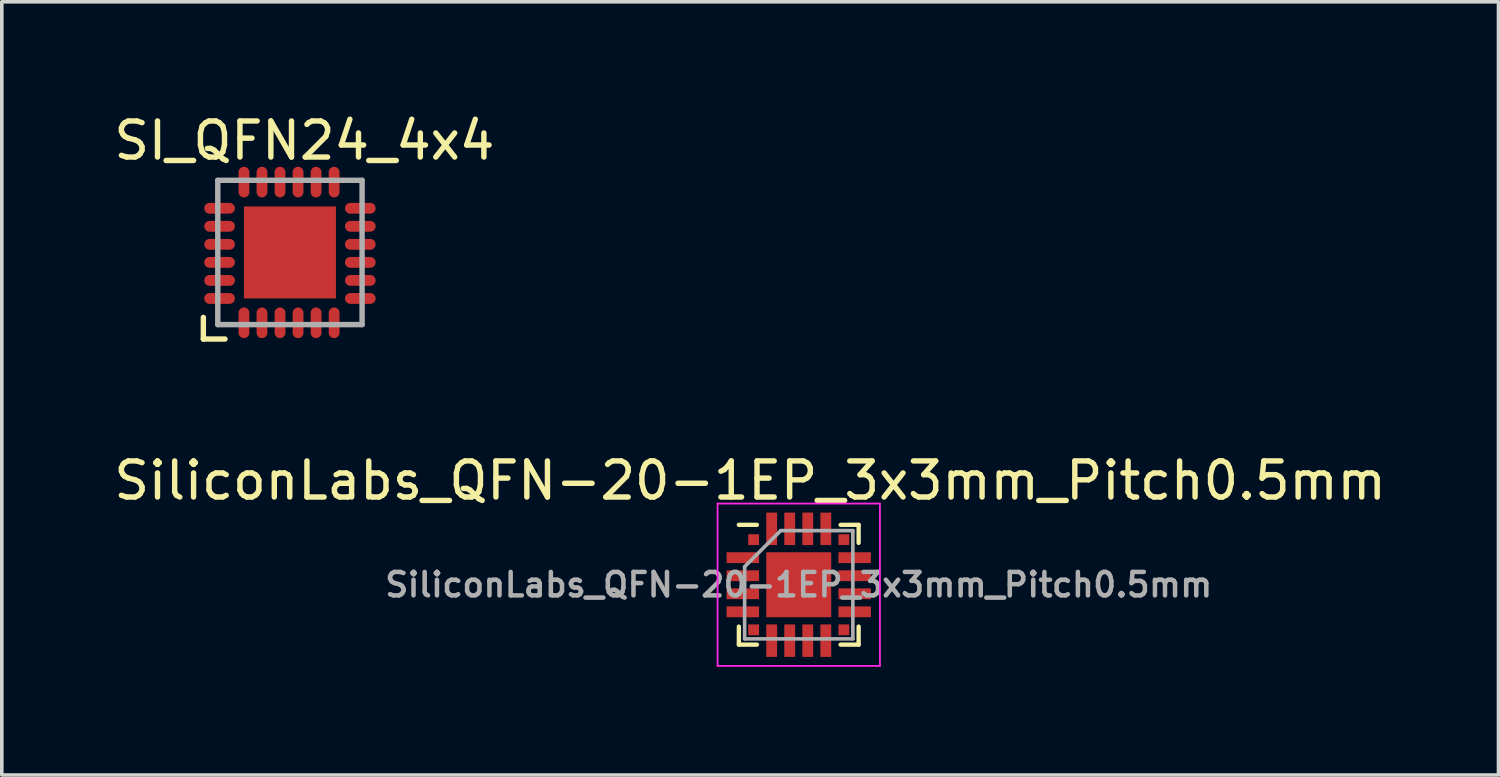
<source format=kicad_pcb>
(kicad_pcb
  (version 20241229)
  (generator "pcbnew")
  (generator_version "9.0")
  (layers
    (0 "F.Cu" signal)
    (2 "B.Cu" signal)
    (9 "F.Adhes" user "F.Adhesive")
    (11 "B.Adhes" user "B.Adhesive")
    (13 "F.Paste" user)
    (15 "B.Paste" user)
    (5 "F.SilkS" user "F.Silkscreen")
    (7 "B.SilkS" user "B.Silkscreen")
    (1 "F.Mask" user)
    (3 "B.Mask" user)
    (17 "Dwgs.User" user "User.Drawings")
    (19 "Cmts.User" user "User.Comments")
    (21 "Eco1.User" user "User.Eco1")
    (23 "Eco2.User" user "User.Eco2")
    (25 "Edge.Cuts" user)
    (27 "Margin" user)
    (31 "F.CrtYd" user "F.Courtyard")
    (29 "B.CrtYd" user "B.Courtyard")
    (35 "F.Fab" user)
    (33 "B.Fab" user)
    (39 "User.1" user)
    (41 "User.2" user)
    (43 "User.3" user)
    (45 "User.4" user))
  (footprint "SI_QFN24_4x4"
    (layer "F.Cu")
    (at 4.987 3.948)
    (property "Reference" "SI_QFN24_4x4" (at 0.4 -3.1 0) (layer "F.SilkS") (effects (font (size 1 1) (thickness 0.15))))
    (attr through_hole)
    (fp_line (start -2.4 1.8) (end -2.4 2.4) (stroke (width 0.15) (type solid)) (layer "F.SilkS"))
    (fp_line (start -1.8 2.4) (end -2.4 2.4) (stroke (width 0.15) (type solid)) (layer "F.SilkS"))
    (fp_line (start -2 -2) (end 2 -2) (stroke (width 0.15) (type solid)) (layer "F.Fab"))
    (fp_line (start -2 2) (end -2 -2) (stroke (width 0.15) (type solid)) (layer "F.Fab"))
    (fp_line (start 2 -2) (end 2 2) (stroke (width 0.15) (type solid)) (layer "F.Fab"))
    (fp_line (start 2 2) (end -2 2) (stroke (width 0.15) (type solid)) (layer "F.Fab"))
    (pad "1" smd oval (at -1.275 1.95) (size 0.3 0.85) (layers "F.Cu" "F.Mask" "F.Paste"))
    (pad "2" smd oval (at -0.775 1.95) (size 0.3 0.85) (layers "F.Cu" "F.Mask" "F.Paste"))
    (pad "3" smd oval (at -0.275 1.95) (size 0.3 0.85) (layers "F.Cu" "F.Mask" "F.Paste"))
    (pad "4" smd oval (at 0.225 1.95) (size 0.3 0.85) (layers "F.Cu" "F.Mask" "F.Paste"))
    (pad "5" smd oval (at 0.725 1.95) (size 0.3 0.85) (layers "F.Cu" "F.Mask" "F.Paste"))
    (pad "6" smd oval (at 1.225 1.95) (size 0.3 0.85) (layers "F.Cu" "F.Mask" "F.Paste"))
    (pad "7" smd oval (at 1.95 1.275 90) (size 0.3 0.85) (layers "F.Cu" "F.Mask" "F.Paste"))
    (pad "8" smd oval (at 1.95 0.775 90) (size 0.3 0.85) (layers "F.Cu" "F.Mask" "F.Paste"))
    (pad "9" smd oval (at 1.95 0.275 90) (size 0.3 0.85) (layers "F.Cu" "F.Mask" "F.Paste"))
    (pad "10" smd oval (at 1.95 -0.225 90) (size 0.3 0.85) (layers "F.Cu" "F.Mask" "F.Paste"))
    (pad "11" smd oval (at 1.95 -0.725 90) (size 0.3 0.85) (layers "F.Cu" "F.Mask" "F.Paste"))
    (pad "12" smd oval (at 1.95 -1.225 90) (size 0.3 0.85) (layers "F.Cu" "F.Mask" "F.Paste"))
    (pad "13" smd oval (at 1.225 -1.95) (size 0.3 0.85) (layers "F.Cu" "F.Mask" "F.Paste"))
    (pad "14" smd oval (at 0.725 -1.95) (size 0.3 0.85) (layers "F.Cu" "F.Mask" "F.Paste"))
    (pad "15" smd oval (at 0.225 -1.95) (size 0.3 0.85) (layers "F.Cu" "F.Mask" "F.Paste"))
    (pad "16" smd oval (at -0.275 -1.95) (size 0.3 0.85) (layers "F.Cu" "F.Mask" "F.Paste"))
    (pad "17" smd oval (at -0.775 -1.95) (size 0.3 0.85) (layers "F.Cu" "F.Mask" "F.Paste"))
    (pad "18" smd oval (at -1.275 -1.95) (size 0.3 0.85) (layers "F.Cu" "F.Mask" "F.Paste"))
    (pad "19" smd oval (at -1.95 -1.225 90) (size 0.3 0.85) (layers "F.Cu" "F.Mask" "F.Paste"))
    (pad "20" smd oval (at -1.95 -0.725 90) (size 0.3 0.85) (layers "F.Cu" "F.Mask" "F.Paste"))
    (pad "21" smd oval (at -1.95 -0.225 90) (size 0.3 0.85) (layers "F.Cu" "F.Mask" "F.Paste"))
    (pad "22" smd oval (at -1.95 0.275 90) (size 0.3 0.85) (layers "F.Cu" "F.Mask" "F.Paste"))
    (pad "23" smd oval (at -1.95 0.775 90) (size 0.3 0.85) (layers "F.Cu" "F.Mask" "F.Paste"))
    (pad "24" smd oval (at -1.95 1.275 90) (size 0.3 0.85) (layers "F.Cu" "F.Mask" "F.Paste"))
    (pad "25" smd rect (at 0 0 90) (size 2.55 2.55) (layers "F.Cu" "F.Mask" "F.Paste")))
  (footprint "SiliconLabs_QFN-20-1EP_3x3mm_Pitch0.5mm"
    (layer "F.Cu")
    (at 19.091 13.159)
    (property "Reference" "SiliconLabs_QFN-20-1EP_3x3mm_Pitch0.5mm" (at -1.347 -2.887 0) (layer "F.SilkS") (effects (font (size 1 1) (thickness 0.15))))
    (attr smd)
    (fp_line (start -1.66 -1.66) (end -1.16 -1.66) (stroke (width 0.12) (type solid)) (layer "F.SilkS"))
    (fp_line (start -1.66 1.66) (end -1.66 1.16) (stroke (width 0.12) (type solid)) (layer "F.SilkS"))
    (fp_line (start -1.16 1.66) (end -1.66 1.66) (stroke (width 0.12) (type solid)) (layer "F.SilkS"))
    (fp_line (start 1.16 -1.66) (end 1.66 -1.66) (stroke (width 0.12) (type solid)) (layer "F.SilkS"))
    (fp_line (start 1.16 1.66) (end 1.66 1.66) (stroke (width 0.12) (type solid)) (layer "F.SilkS"))
    (fp_line (start 1.66 -1.66) (end 1.66 -1.16) (stroke (width 0.12) (type solid)) (layer "F.SilkS"))
    (fp_line (start 1.66 1.66) (end 1.66 1.16) (stroke (width 0.12) (type solid)) (layer "F.SilkS"))
    (fp_line (start -2.25 -2.25) (end -2.25 2.25) (stroke (width 0.05) (type solid)) (layer "F.CrtYd"))
    (fp_line (start -2.25 2.25) (end 2.25 2.25) (stroke (width 0.05) (type solid)) (layer "F.CrtYd"))
    (fp_line (start 2.25 -2.25) (end -2.25 -2.25) (stroke (width 0.05) (type solid)) (layer "F.CrtYd"))
    (fp_line (start 2.25 2.25) (end 2.25 -2.25) (stroke (width 0.05) (type solid)) (layer "F.CrtYd"))
    (fp_line (start -1.5 -0.5) (end -0.5 -1.5) (stroke (width 0.1) (type solid)) (layer "F.Fab"))
    (fp_line (start -1.5 1.5) (end -1.5 -0.5) (stroke (width 0.1) (type solid)) (layer "F.Fab"))
    (fp_line (start -0.5 -1.5) (end 1.5 -1.5) (stroke (width 0.1) (type solid)) (layer "F.Fab"))
    (fp_line (start 1.5 -1.5) (end 1.5 1.5) (stroke (width 0.1) (type solid)) (layer "F.Fab"))
    (fp_line (start 1.5 1.5) (end -1.5 1.5) (stroke (width 0.1) (type solid)) (layer "F.Fab"))
    (fp_text user "${REFERENCE}" (at 0 0 0) (layer "F.Fab") (effects (font (size 0.65 0.65) (thickness 0.125))))
    (pad "" smd rect (at -0.45 -0.45) (size 0.54 0.54) (layers "F.Paste"))
    (pad "" smd rect (at -0.45 0.45) (size 0.54 0.54) (layers "F.Paste"))
    (pad "" smd rect (at 0.45 -0.45) (size 0.54 0.54) (layers "F.Paste"))
    (pad "" smd rect (at 0.45 0.45) (size 0.54 0.54) (layers "F.Paste"))
    (pad "1" smd rect (at -1.25 -1.25) (size 0.3 0.3) (layers "F.Cu" "F.Mask" "F.Paste"))
    (pad "2" smd rect (at -1.55 -0.75) (size 0.9 0.3) (layers "F.Cu" "F.Mask" "F.Paste"))
    (pad "3" smd rect (at -1.55 -0.25) (size 0.9 0.3) (layers "F.Cu" "F.Mask" "F.Paste"))
    (pad "4" smd rect (at -1.55 0.25) (size 0.9 0.3) (layers "F.Cu" "F.Mask" "F.Paste"))
    (pad "5" smd rect (at -1.55 0.75) (size 0.9 0.3) (layers "F.Cu" "F.Mask" "F.Paste"))
    (pad "6" smd rect (at -1.25 1.25) (size 0.3 0.3) (layers "F.Cu" "F.Mask" "F.Paste"))
    (pad "7" smd rect (at -0.75 1.55 90) (size 0.9 0.3) (layers "F.Cu" "F.Mask" "F.Paste"))
    (pad "8" smd rect (at -0.25 1.55 90) (size 0.9 0.3) (layers "F.Cu" "F.Mask" "F.Paste"))
    (pad "9" smd rect (at 0.25 1.55 90) (size 0.9 0.3) (layers "F.Cu" "F.Mask" "F.Paste"))
    (pad "10" smd rect (at 0.75 1.55 90) (size 0.9 0.3) (layers "F.Cu" "F.Mask" "F.Paste"))
    (pad "11" smd rect (at 1.25 1.25) (size 0.3 0.3) (layers "F.Cu" "F.Mask" "F.Paste"))
    (pad "12" smd rect (at 1.55 0.75) (size 0.9 0.3) (layers "F.Cu" "F.Mask" "F.Paste"))
    (pad "13" smd rect (at 1.55 0.25) (size 0.9 0.3) (layers "F.Cu" "F.Mask" "F.Paste"))
    (pad "14" smd rect (at 1.55 -0.25) (size 0.9 0.3) (layers "F.Cu" "F.Mask" "F.Paste"))
    (pad "15" smd rect (at 1.55 -0.75) (size 0.9 0.3) (layers "F.Cu" "F.Mask" "F.Paste"))
    (pad "16" smd rect (at 1.25 -1.25) (size 0.3 0.3) (layers "F.Cu" "F.Mask" "F.Paste"))
    (pad "17" smd rect (at 0.75 -1.55 90) (size 0.9 0.3) (layers "F.Cu" "F.Mask" "F.Paste"))
    (pad "18" smd rect (at 0.25 -1.55 90) (size 0.9 0.3) (layers "F.Cu" "F.Mask" "F.Paste"))
    (pad "19" smd rect (at -0.25 -1.55 90) (size 0.9 0.3) (layers "F.Cu" "F.Mask" "F.Paste"))
    (pad "20" smd rect (at -0.75 -1.55 90) (size 0.9 0.3) (layers "F.Cu" "F.Mask" "F.Paste"))
    (pad "21" smd rect (at 0 0) (size 1.8 1.8) (layers "F.Cu" "F.Mask")))
  (gr_rect
    (start -3 -3)
    (end 38.488 18.433)
    (stroke (width 0.1) (type default))
    (fill no)
    (layer "Edge.Cuts")))
</source>
